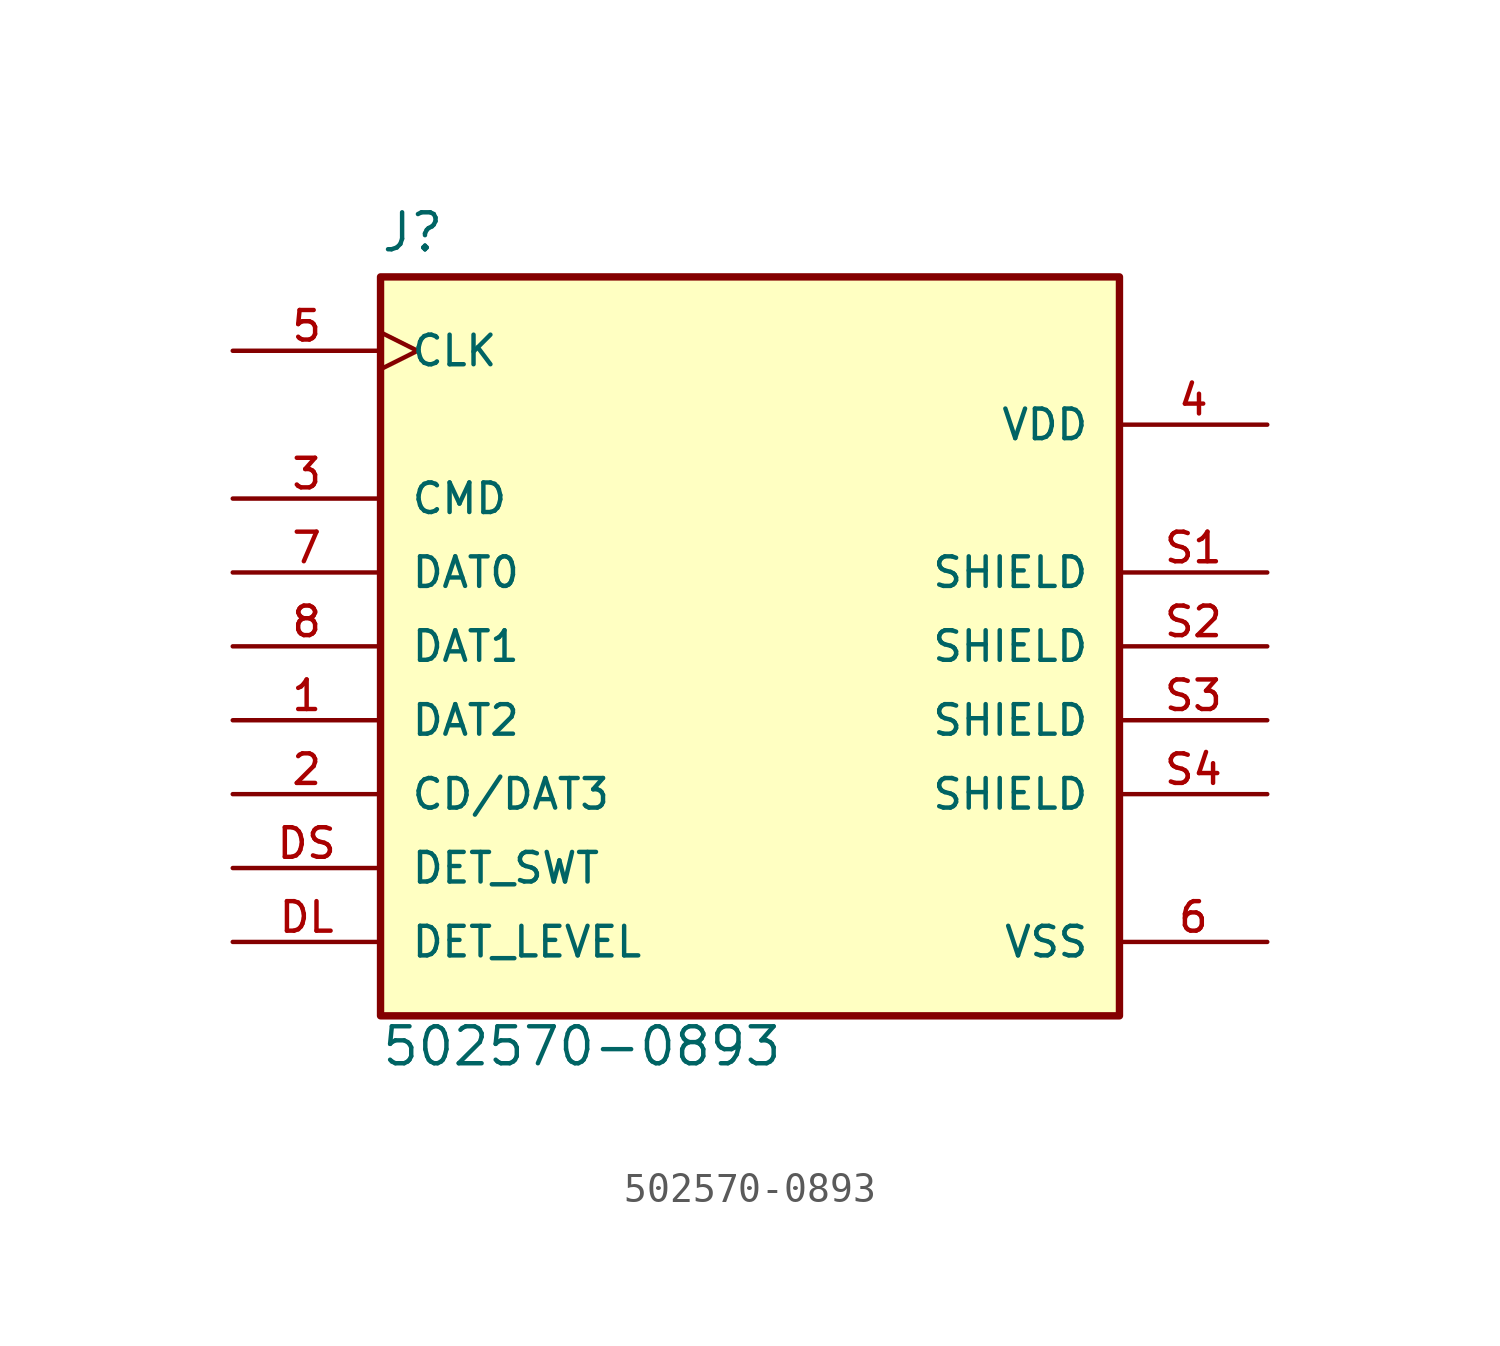
<source format=kicad_sym>
(kicad_symbol_lib
  (version 20220914)
  (generator kicad_symbol_editor)
  (symbol "502570-0893"
    (pin_names
      (offset 1.016))
    (property "Reference" "J"
      (at -12.724 13.487 0)
      (effects (font (size 1.27 1.27)) (justify left bottom)))
    (property "Value" "502570-0893"
      (at -12.713 -14.493 0)
      (effects (font (size 1.27 1.27)) (justify left bottom)))
    (symbol "502570-0893_0_0"
      (rectangle (start -12.7 -12.7) (end 12.7 12.7) (stroke (width 0.254) (type default)) (fill (type background)))
      (pin bidirectional line (at -17.78 -2.54 0) (length 5.08) (name "DAT2" (effects (font (size 1.016 1.016)))) (number "1" (effects (font (size 1.016 1.016)))))
      (pin bidirectional line (at -17.78 -5.08 0) (length 5.08) (name "CD/DAT3" (effects (font (size 1.016 1.016)))) (number "2" (effects (font (size 1.016 1.016)))))
      (pin bidirectional line (at -17.78 5.08 0) (length 5.08) (name "CMD" (effects (font (size 1.016 1.016)))) (number "3" (effects (font (size 1.016 1.016)))))
      (pin power_in line (at 17.78 7.62 180) (length 5.08) (name "VDD" (effects (font (size 1.016 1.016)))) (number "4" (effects (font (size 1.016 1.016)))))
      (pin input clock (at -17.78 10.16 0) (length 5.08) (name "CLK" (effects (font (size 1.016 1.016)))) (number "5" (effects (font (size 1.016 1.016)))))
      (pin power_in line (at 17.78 -10.16 180) (length 5.08) (name "VSS" (effects (font (size 1.016 1.016)))) (number "6" (effects (font (size 1.016 1.016)))))
      (pin bidirectional line (at -17.78 2.54 0) (length 5.08) (name "DAT0" (effects (font (size 1.016 1.016)))) (number "7" (effects (font (size 1.016 1.016)))))
      (pin bidirectional line (at -17.78 0 0) (length 5.08) (name "DAT1" (effects (font (size 1.016 1.016)))) (number "8" (effects (font (size 1.016 1.016)))))
      (pin passive line (at -17.78 -10.16 0) (length 5.08) (name "DET_LEVEL" (effects (font (size 1.016 1.016)))) (number "DL" (effects (font (size 1.016 1.016)))))
      (pin passive line (at -17.78 -7.62 0) (length 5.08) (name "DET_SWT" (effects (font (size 1.016 1.016)))) (number "DS" (effects (font (size 1.016 1.016))))))
    (symbol "502570-0893_1_0"
      (pin power_in line (at 17.78 2.54 180) (length 5.08) (name "SHIELD" (effects (font (size 1.016 1.016)))) (number "S1" (effects (font (size 1.016 1.016)))))
      (pin power_in line (at 17.78 0 180) (length 5.08) (name "SHIELD" (effects (font (size 1.016 1.016)))) (number "S2" (effects (font (size 1.016 1.016)))))
      (pin power_in line (at 17.78 -2.54 180) (length 5.08) (name "SHIELD" (effects (font (size 1.016 1.016)))) (number "S3" (effects (font (size 1.016 1.016)))))
      (pin power_in line (at 17.78 -5.08 180) (length 5.08) (name "SHIELD" (effects (font (size 1.016 1.016)))) (number "S4" (effects (font (size 1.016 1.016))))))))
</source>
